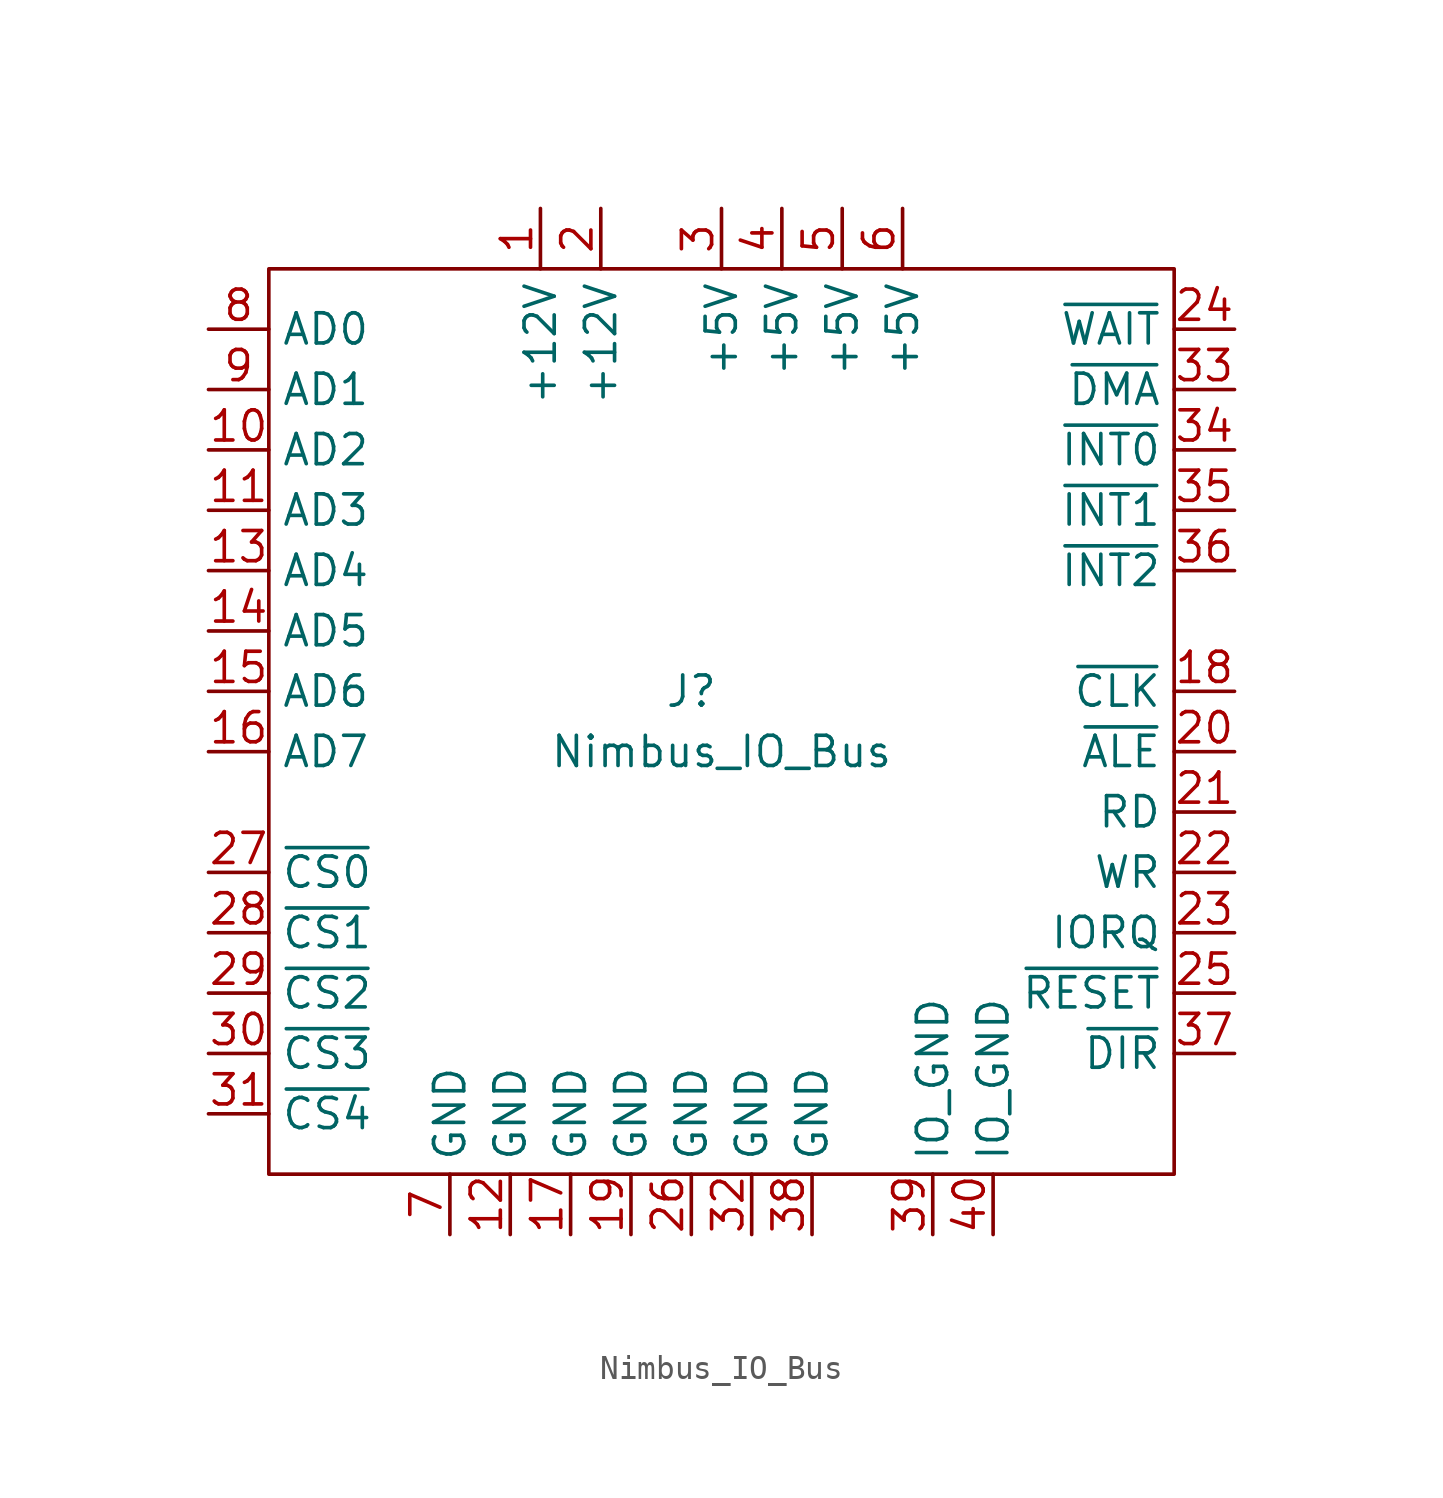
<source format=kicad_sym>
(kicad_symbol_lib
  (version 20211014)
  (generator kicad_symbol_editor)
  (symbol "Nimbus_IO_Bus"
    (property "Reference" "J"
      (at -1.27 1.27 0)
      (effects (font (size 1.27 1.27))))
    (property "Value" "Nimbus_IO_Bus"
      (at 0 -1.27 0)
      (effects (font (size 1.27 1.27))))
    (symbol "Nimbus_IO_Bus_0_1"
      (rectangle (start -19.05 -19.05) (end 19.05 19.05) (stroke (width 0) (type default) (color 0 0 0 0)) (fill (type none))))
    (symbol "Nimbus_IO_Bus_1_1"
      (pin power_out line (at -7.62 21.59 270) (length 2.54) (name "+12V" (effects (font (size 1.27 1.27)))) (number "1" (effects (font (size 1.27 1.27)))))
      (pin bidirectional line (at -21.59 11.43 0) (length 2.54) (name "AD2" (effects (font (size 1.27 1.27)))) (number "10" (effects (font (size 1.27 1.27)))))
      (pin bidirectional line (at -21.59 8.89 0) (length 2.54) (name "AD3" (effects (font (size 1.27 1.27)))) (number "11" (effects (font (size 1.27 1.27)))))
      (pin power_out line (at -8.89 -21.59 90) (length 2.54) (name "GND" (effects (font (size 1.27 1.27)))) (number "12" (effects (font (size 1.27 1.27)))))
      (pin bidirectional line (at -21.59 6.35 0) (length 2.54) (name "AD4" (effects (font (size 1.27 1.27)))) (number "13" (effects (font (size 1.27 1.27)))))
      (pin bidirectional line (at -21.59 3.81 0) (length 2.54) (name "AD5" (effects (font (size 1.27 1.27)))) (number "14" (effects (font (size 1.27 1.27)))))
      (pin bidirectional line (at -21.59 1.27 0) (length 2.54) (name "AD6" (effects (font (size 1.27 1.27)))) (number "15" (effects (font (size 1.27 1.27)))))
      (pin bidirectional line (at -21.59 -1.27 0) (length 2.54) (name "AD7" (effects (font (size 1.27 1.27)))) (number "16" (effects (font (size 1.27 1.27)))))
      (pin power_out line (at -6.35 -21.59 90) (length 2.54) (name "GND" (effects (font (size 1.27 1.27)))) (number "17" (effects (font (size 1.27 1.27)))))
      (pin output line (at 21.59 1.27 180) (length 2.54) (name "~{CLK}" (effects (font (size 1.27 1.27)))) (number "18" (effects (font (size 1.27 1.27)))))
      (pin power_out line (at -3.81 -21.59 90) (length 2.54) (name "GND" (effects (font (size 1.27 1.27)))) (number "19" (effects (font (size 1.27 1.27)))))
      (pin power_out line (at -5.08 21.59 270) (length 2.54) (name "+12V" (effects (font (size 1.27 1.27)))) (number "2" (effects (font (size 1.27 1.27)))))
      (pin output line (at 21.59 -1.27 180) (length 2.54) (name "~{ALE}" (effects (font (size 1.27 1.27)))) (number "20" (effects (font (size 1.27 1.27)))))
      (pin output line (at 21.59 -3.81 180) (length 2.54) (name "RD" (effects (font (size 1.27 1.27)))) (number "21" (effects (font (size 1.27 1.27)))))
      (pin output line (at 21.59 -6.35 180) (length 2.54) (name "WR" (effects (font (size 1.27 1.27)))) (number "22" (effects (font (size 1.27 1.27)))))
      (pin output line (at 21.59 -8.89 180) (length 2.54) (name "IORQ" (effects (font (size 1.27 1.27)))) (number "23" (effects (font (size 1.27 1.27)))))
      (pin open_collector line (at 21.59 16.51 180) (length 2.54) (name "~{WAIT}" (effects (font (size 1.27 1.27)))) (number "24" (effects (font (size 1.27 1.27)))))
      (pin output line (at 21.59 -11.43 180) (length 2.54) (name "~{RESET}" (effects (font (size 1.27 1.27)))) (number "25" (effects (font (size 1.27 1.27)))))
      (pin power_out line (at -1.27 -21.59 90) (length 2.54) (name "GND" (effects (font (size 1.27 1.27)))) (number "26" (effects (font (size 1.27 1.27)))))
      (pin output line (at -21.59 -6.35 0) (length 2.54) (name "~{CS0}" (effects (font (size 1.27 1.27)))) (number "27" (effects (font (size 1.27 1.27)))))
      (pin output line (at -21.59 -8.89 0) (length 2.54) (name "~{CS1}" (effects (font (size 1.27 1.27)))) (number "28" (effects (font (size 1.27 1.27)))))
      (pin output line (at -21.59 -11.43 0) (length 2.54) (name "~{CS2}" (effects (font (size 1.27 1.27)))) (number "29" (effects (font (size 1.27 1.27)))))
      (pin power_out line (at 0 21.59 270) (length 2.54) (name "+5V" (effects (font (size 1.27 1.27)))) (number "3" (effects (font (size 1.27 1.27)))))
      (pin output line (at -21.59 -13.97 0) (length 2.54) (name "~{CS3}" (effects (font (size 1.27 1.27)))) (number "30" (effects (font (size 1.27 1.27)))))
      (pin output line (at -21.59 -16.51 0) (length 2.54) (name "~{CS4}" (effects (font (size 1.27 1.27)))) (number "31" (effects (font (size 1.27 1.27)))))
      (pin power_out line (at 1.27 -21.59 90) (length 2.54) (name "GND" (effects (font (size 1.27 1.27)))) (number "32" (effects (font (size 1.27 1.27)))))
      (pin open_collector line (at 21.59 13.97 180) (length 2.54) (name "~{DMA}" (effects (font (size 1.27 1.27)))) (number "33" (effects (font (size 1.27 1.27)))))
      (pin open_collector line (at 21.59 11.43 180) (length 2.54) (name "~{INT0}" (effects (font (size 1.27 1.27)))) (number "34" (effects (font (size 1.27 1.27)))))
      (pin open_collector line (at 21.59 8.89 180) (length 2.54) (name "~{INT1}" (effects (font (size 1.27 1.27)))) (number "35" (effects (font (size 1.27 1.27)))))
      (pin open_collector line (at 21.59 6.35 180) (length 2.54) (name "~{INT2}" (effects (font (size 1.27 1.27)))) (number "36" (effects (font (size 1.27 1.27)))))
      (pin output line (at 21.59 -13.97 180) (length 2.54) (name "~{DIR}" (effects (font (size 1.27 1.27)))) (number "37" (effects (font (size 1.27 1.27)))))
      (pin power_out line (at 3.81 -21.59 90) (length 2.54) (name "GND" (effects (font (size 1.27 1.27)))) (number "38" (effects (font (size 1.27 1.27)))))
      (pin power_out line (at 8.89 -21.59 90) (length 2.54) (name "IO_GND" (effects (font (size 1.27 1.27)))) (number "39" (effects (font (size 1.27 1.27)))))
      (pin power_out line (at 2.54 21.59 270) (length 2.54) (name "+5V" (effects (font (size 1.27 1.27)))) (number "4" (effects (font (size 1.27 1.27)))))
      (pin power_out line (at 11.43 -21.59 90) (length 2.54) (name "IO_GND" (effects (font (size 1.27 1.27)))) (number "40" (effects (font (size 1.27 1.27)))))
      (pin power_out line (at 5.08 21.59 270) (length 2.54) (name "+5V" (effects (font (size 1.27 1.27)))) (number "5" (effects (font (size 1.27 1.27)))))
      (pin power_out line (at 7.62 21.59 270) (length 2.54) (name "+5V" (effects (font (size 1.27 1.27)))) (number "6" (effects (font (size 1.27 1.27)))))
      (pin power_out line (at -11.43 -21.59 90) (length 2.54) (name "GND" (effects (font (size 1.27 1.27)))) (number "7" (effects (font (size 1.27 1.27)))))
      (pin bidirectional line (at -21.59 16.51 0) (length 2.54) (name "AD0" (effects (font (size 1.27 1.27)))) (number "8" (effects (font (size 1.27 1.27)))))
      (pin bidirectional line (at -21.59 13.97 0) (length 2.54) (name "AD1" (effects (font (size 1.27 1.27)))) (number "9" (effects (font (size 1.27 1.27))))))))
</source>
